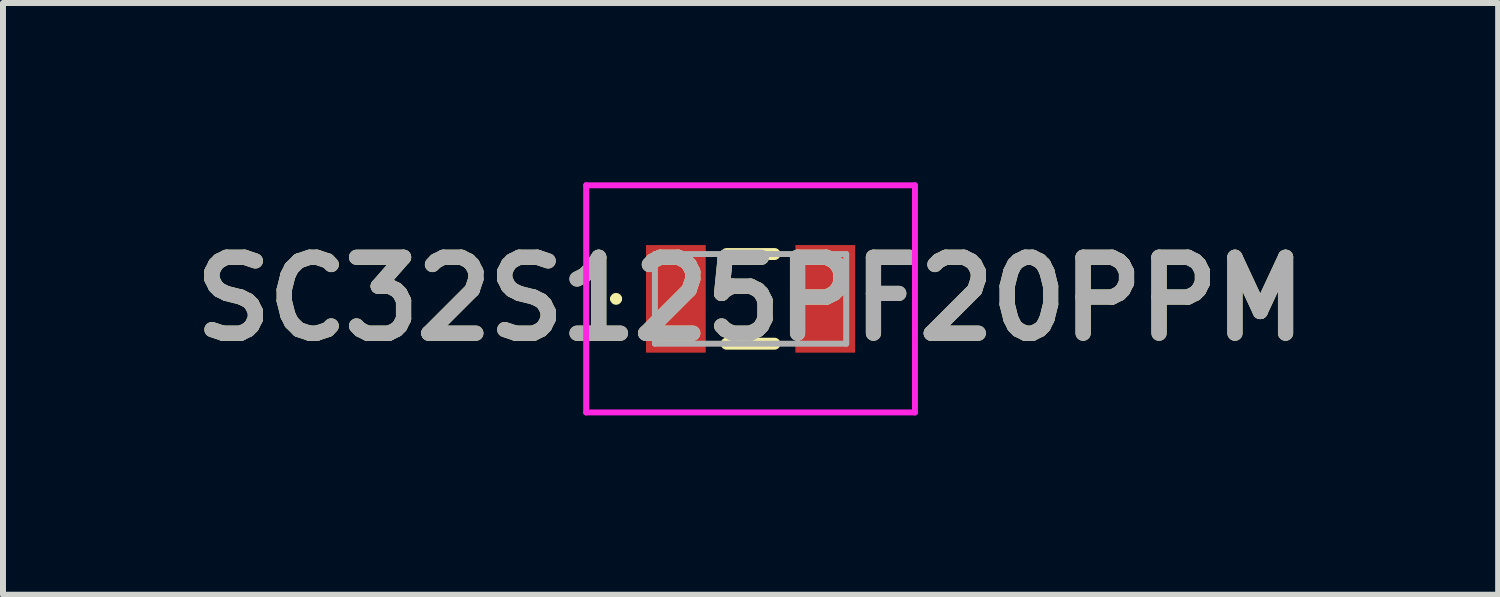
<source format=kicad_pcb>
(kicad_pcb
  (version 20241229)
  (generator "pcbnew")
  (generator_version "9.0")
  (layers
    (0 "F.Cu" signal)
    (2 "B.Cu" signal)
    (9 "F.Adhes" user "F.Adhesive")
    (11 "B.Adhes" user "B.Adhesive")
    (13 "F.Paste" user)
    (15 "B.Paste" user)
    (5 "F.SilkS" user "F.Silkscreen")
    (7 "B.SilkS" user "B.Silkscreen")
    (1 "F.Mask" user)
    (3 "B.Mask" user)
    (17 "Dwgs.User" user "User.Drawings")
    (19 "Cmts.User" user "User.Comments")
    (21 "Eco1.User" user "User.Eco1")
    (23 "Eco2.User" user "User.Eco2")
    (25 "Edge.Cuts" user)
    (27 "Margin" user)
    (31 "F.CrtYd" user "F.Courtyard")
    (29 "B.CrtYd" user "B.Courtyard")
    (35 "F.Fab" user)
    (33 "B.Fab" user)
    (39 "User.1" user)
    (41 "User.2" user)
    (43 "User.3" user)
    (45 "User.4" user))
  (footprint "SC32S125PF20PPM"
    (layer "F.Cu")
    (at 9.507 1.95)
    (property "Reference" "SC32S125PF20PPM" (at 0 0 0) (layer "F.SilkS") (effects (font (size 1.27 1.27) (thickness 0.254))))
    (attr smd)
    (fp_line (start -2.3 0) (end -2.3 0) (stroke (width 0.1) (type solid)) (layer "F.SilkS"))
    (fp_line (start -2.2 0) (end -2.2 0) (stroke (width 0.1) (type solid)) (layer "F.SilkS"))
    (fp_line (start -0.4 -0.75) (end 0.4 -0.75) (stroke (width 0.2) (type solid)) (layer "F.SilkS"))
    (fp_line (start -0.4 0.75) (end 0.4 0.75) (stroke (width 0.2) (type solid)) (layer "F.SilkS"))
    (fp_arc (start -2.3 0) (mid -2.25 -0.05) (end -2.2 0) (stroke (width 0.1) (type solid)) (layer "F.SilkS"))
    (fp_arc (start -2.2 0) (mid -2.25 0.05) (end -2.3 0) (stroke (width 0.1) (type solid)) (layer "F.SilkS"))
    (fp_line (start -2.75 -1.9) (end 2.75 -1.9) (stroke (width 0.1) (type solid)) (layer "F.CrtYd"))
    (fp_line (start -2.75 1.9) (end -2.75 -1.9) (stroke (width 0.1) (type solid)) (layer "F.CrtYd"))
    (fp_line (start 2.75 -1.9) (end 2.75 1.9) (stroke (width 0.1) (type solid)) (layer "F.CrtYd"))
    (fp_line (start 2.75 1.9) (end -2.75 1.9) (stroke (width 0.1) (type solid)) (layer "F.CrtYd"))
    (fp_line (start -1.6 -0.75) (end -1.6 0.75) (stroke (width 0.1) (type solid)) (layer "F.Fab"))
    (fp_line (start -1.6 0.75) (end 1.6 0.75) (stroke (width 0.1) (type solid)) (layer "F.Fab"))
    (fp_line (start 1.6 -0.75) (end -1.6 -0.75) (stroke (width 0.1) (type solid)) (layer "F.Fab"))
    (fp_line (start 1.6 0.75) (end 1.6 -0.75) (stroke (width 0.1) (type solid)) (layer "F.Fab"))
    (fp_text user "${REFERENCE}" (at 0 0 0) (layer "F.Fab") (effects (font (size 1.27 1.27) (thickness 0.254))))
    (pad "1" smd rect (at -1.25 0) (size 1 1.8) (layers "F.Cu" "F.Mask" "F.Paste"))
    (pad "2" smd rect (at 1.25 0) (size 1 1.8) (layers "F.Cu" "F.Mask" "F.Paste")))
  (gr_rect
    (start -3 -3)
    (end 22.014 6.9)
    (stroke (width 0.1) (type default))
    (fill no)
    (layer "Edge.Cuts")))
</source>
